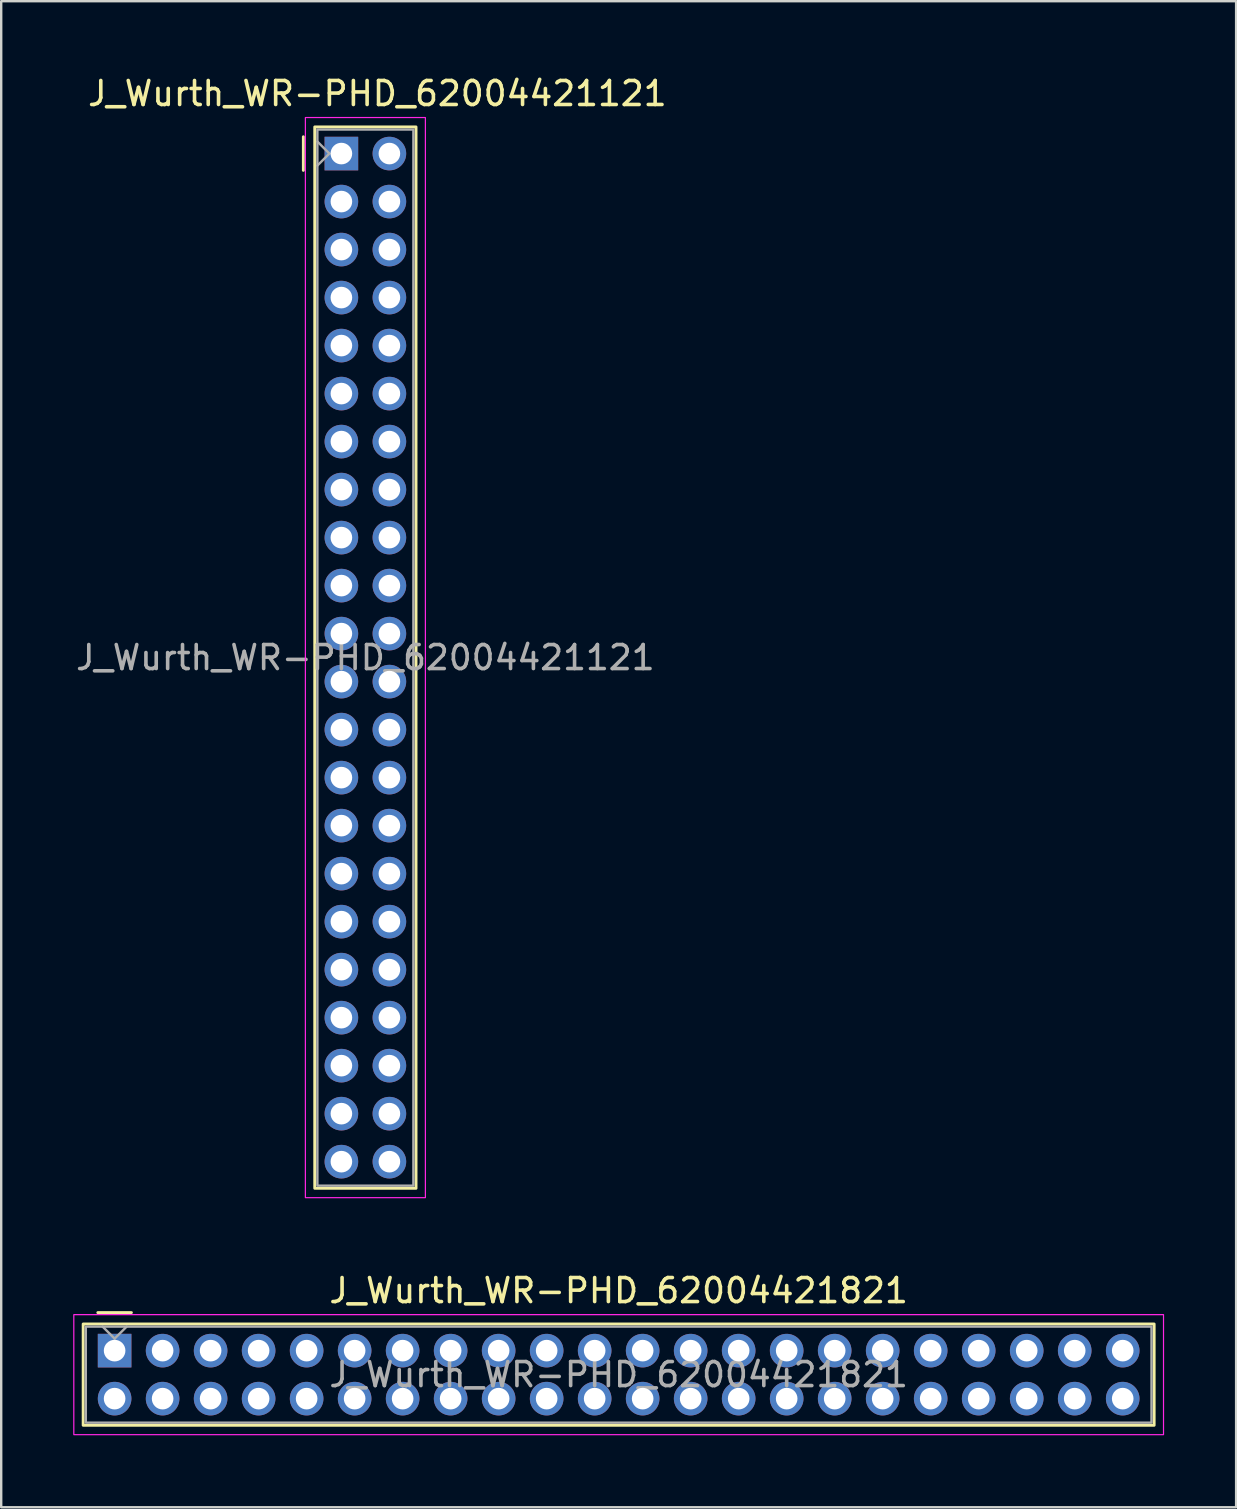
<source format=kicad_pcb>
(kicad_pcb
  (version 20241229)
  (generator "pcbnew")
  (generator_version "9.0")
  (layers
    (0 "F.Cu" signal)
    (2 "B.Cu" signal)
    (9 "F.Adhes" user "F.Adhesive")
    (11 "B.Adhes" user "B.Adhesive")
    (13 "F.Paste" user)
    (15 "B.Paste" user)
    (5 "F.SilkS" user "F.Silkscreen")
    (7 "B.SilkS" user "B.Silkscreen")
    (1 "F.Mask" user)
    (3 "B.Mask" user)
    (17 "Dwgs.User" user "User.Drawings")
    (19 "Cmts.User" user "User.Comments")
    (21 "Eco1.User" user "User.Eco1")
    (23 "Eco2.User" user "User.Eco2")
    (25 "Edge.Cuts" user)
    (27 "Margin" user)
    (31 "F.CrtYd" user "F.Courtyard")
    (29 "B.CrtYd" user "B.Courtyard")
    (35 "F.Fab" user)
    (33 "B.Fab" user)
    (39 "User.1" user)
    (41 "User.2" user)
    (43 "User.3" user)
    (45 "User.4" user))
  (footprint "J_Wurth_WR-PHD_62004421121"
    (layer "F.Cu")
    (at 11.173 3.348)
    (property "Reference" "J_Wurth_WR-PHD_62004421121" (at 1.5 -2.5 0) (unlocked yes) (layer "F.SilkS") (effects (font (size 1 1) (thickness 0.15))))
    (attr through_hole)
    (fp_line (start -1.585 -0.7) (end -1.585 0.7) (stroke (width 0.12) (type solid)) (layer "F.SilkS"))
    (fp_rect (start -1.11 -1.11) (end 3.11 43.11) (stroke (width 0.12) (type solid)) (fill no) (layer "F.SilkS"))
    (fp_rect (start -1.5 -1.5) (end 3.5 43.5) (stroke (width 0.05) (type solid)) (fill no) (layer "F.CrtYd"))
    (fp_line (start -1 -0.5) (end -0.5 0) (stroke (width 0.1) (type default)) (layer "F.Fab"))
    (fp_line (start -0.5 0) (end -1 0.5) (stroke (width 0.1) (type default)) (layer "F.Fab"))
    (fp_rect (start -1 -1) (end 3 43) (stroke (width 0.1) (type solid)) (fill no) (layer "F.Fab"))
    (fp_text user "${REFERENCE}" (at 1 21 0) (unlocked yes) (layer "F.Fab") (effects (font (size 1 1) (thickness 0.15))))
    (pad "1" thru_hole rect (at 0 0) (size 1.4 1.4) (drill 0.9) (layers "*.Cu" "*.Mask"))
    (pad "2" thru_hole circle (at 2 0) (size 1.4 1.4) (drill 0.9) (layers "*.Cu" "*.Mask"))
    (pad "3" thru_hole circle (at 0 2) (size 1.4 1.4) (drill 0.9) (layers "*.Cu" "*.Mask"))
    (pad "4" thru_hole circle (at 2 2) (size 1.4 1.4) (drill 0.9) (layers "*.Cu" "*.Mask"))
    (pad "5" thru_hole circle (at 0 4) (size 1.4 1.4) (drill 0.9) (layers "*.Cu" "*.Mask"))
    (pad "6" thru_hole circle (at 2 4) (size 1.4 1.4) (drill 0.9) (layers "*.Cu" "*.Mask"))
    (pad "7" thru_hole circle (at 0 6) (size 1.4 1.4) (drill 0.9) (layers "*.Cu" "*.Mask"))
    (pad "8" thru_hole circle (at 2 6) (size 1.4 1.4) (drill 0.9) (layers "*.Cu" "*.Mask"))
    (pad "9" thru_hole circle (at 0 8) (size 1.4 1.4) (drill 0.9) (layers "*.Cu" "*.Mask"))
    (pad "10" thru_hole circle (at 2 8) (size 1.4 1.4) (drill 0.9) (layers "*.Cu" "*.Mask"))
    (pad "11" thru_hole circle (at 0 10) (size 1.4 1.4) (drill 0.9) (layers "*.Cu" "*.Mask"))
    (pad "12" thru_hole circle (at 2 10) (size 1.4 1.4) (drill 0.9) (layers "*.Cu" "*.Mask"))
    (pad "13" thru_hole circle (at 0 12) (size 1.4 1.4) (drill 0.9) (layers "*.Cu" "*.Mask"))
    (pad "14" thru_hole circle (at 2 12) (size 1.4 1.4) (drill 0.9) (layers "*.Cu" "*.Mask"))
    (pad "15" thru_hole circle (at 0 14) (size 1.4 1.4) (drill 0.9) (layers "*.Cu" "*.Mask"))
    (pad "16" thru_hole circle (at 2 14) (size 1.4 1.4) (drill 0.9) (layers "*.Cu" "*.Mask"))
    (pad "17" thru_hole circle (at 0 16) (size 1.4 1.4) (drill 0.9) (layers "*.Cu" "*.Mask"))
    (pad "18" thru_hole circle (at 2 16) (size 1.4 1.4) (drill 0.9) (layers "*.Cu" "*.Mask"))
    (pad "19" thru_hole circle (at 0 18) (size 1.4 1.4) (drill 0.9) (layers "*.Cu" "*.Mask"))
    (pad "20" thru_hole circle (at 2 18) (size 1.4 1.4) (drill 0.9) (layers "*.Cu" "*.Mask"))
    (pad "21" thru_hole circle (at 0 20) (size 1.4 1.4) (drill 0.9) (layers "*.Cu" "*.Mask"))
    (pad "22" thru_hole circle (at 2 20) (size 1.4 1.4) (drill 0.9) (layers "*.Cu" "*.Mask"))
    (pad "23" thru_hole circle (at 0 22) (size 1.4 1.4) (drill 0.9) (layers "*.Cu" "*.Mask"))
    (pad "24" thru_hole circle (at 2 22) (size 1.4 1.4) (drill 0.9) (layers "*.Cu" "*.Mask"))
    (pad "25" thru_hole circle (at 0 24) (size 1.4 1.4) (drill 0.9) (layers "*.Cu" "*.Mask"))
    (pad "26" thru_hole circle (at 2 24) (size 1.4 1.4) (drill 0.9) (layers "*.Cu" "*.Mask"))
    (pad "27" thru_hole circle (at 0 26) (size 1.4 1.4) (drill 0.9) (layers "*.Cu" "*.Mask"))
    (pad "28" thru_hole circle (at 2 26) (size 1.4 1.4) (drill 0.9) (layers "*.Cu" "*.Mask"))
    (pad "29" thru_hole circle (at 0 28) (size 1.4 1.4) (drill 0.9) (layers "*.Cu" "*.Mask"))
    (pad "30" thru_hole circle (at 2 28) (size 1.4 1.4) (drill 0.9) (layers "*.Cu" "*.Mask"))
    (pad "31" thru_hole circle (at 0 30) (size 1.4 1.4) (drill 0.9) (layers "*.Cu" "*.Mask"))
    (pad "32" thru_hole circle (at 2 30) (size 1.4 1.4) (drill 0.9) (layers "*.Cu" "*.Mask"))
    (pad "33" thru_hole circle (at 0 32) (size 1.4 1.4) (drill 0.9) (layers "*.Cu" "*.Mask"))
    (pad "34" thru_hole circle (at 2 32) (size 1.4 1.4) (drill 0.9) (layers "*.Cu" "*.Mask"))
    (pad "35" thru_hole circle (at 0 34) (size 1.4 1.4) (drill 0.9) (layers "*.Cu" "*.Mask"))
    (pad "36" thru_hole circle (at 2 34) (size 1.4 1.4) (drill 0.9) (layers "*.Cu" "*.Mask"))
    (pad "37" thru_hole circle (at 0 36) (size 1.4 1.4) (drill 0.9) (layers "*.Cu" "*.Mask"))
    (pad "38" thru_hole circle (at 2 36) (size 1.4 1.4) (drill 0.9) (layers "*.Cu" "*.Mask"))
    (pad "39" thru_hole circle (at 0 38) (size 1.4 1.4) (drill 0.9) (layers "*.Cu" "*.Mask"))
    (pad "40" thru_hole circle (at 2 38) (size 1.4 1.4) (drill 0.9) (layers "*.Cu" "*.Mask"))
    (pad "41" thru_hole circle (at 0 40) (size 1.4 1.4) (drill 0.9) (layers "*.Cu" "*.Mask"))
    (pad "42" thru_hole circle (at 2 40) (size 1.4 1.4) (drill 0.9) (layers "*.Cu" "*.Mask"))
    (pad "43" thru_hole circle (at 0 42) (size 1.4 1.4) (drill 0.9) (layers "*.Cu" "*.Mask"))
    (pad "44" thru_hole circle (at 2 42) (size 1.4 1.4) (drill 0.9) (layers "*.Cu" "*.Mask")))
  (footprint "J_Wurth_WR-PHD_62004421821"
    (layer "F.Cu")
    (at 1.725 53.221)
    (property "Reference" "J_Wurth_WR-PHD_62004421821" (at 21 -2.5 0) (unlocked yes) (layer "F.SilkS") (effects (font (size 1 1) (thickness 0.15))))
    (attr through_hole)
    (fp_line (start 0.7 -1.585) (end -0.7 -1.585) (stroke (width 0.12) (type solid)) (layer "F.SilkS"))
    (fp_rect (start -1.31 -1.11) (end 43.31 3.11) (stroke (width 0.12) (type solid)) (fill no) (layer "F.SilkS"))
    (fp_rect (start -1.7 -1.5) (end 43.7 3.5) (stroke (width 0.05) (type solid)) (fill no) (layer "F.CrtYd"))
    (fp_line (start 0 -0.5) (end -0.5 -1) (stroke (width 0.1) (type default)) (layer "F.Fab"))
    (fp_line (start 0.5 -1) (end 0 -0.5) (stroke (width 0.1) (type default)) (layer "F.Fab"))
    (fp_rect (start -1.2 -1) (end 43.2 3) (stroke (width 0.1) (type solid)) (fill no) (layer "F.Fab"))
    (fp_text user "${REFERENCE}" (at 21 1 0) (unlocked yes) (layer "F.Fab") (effects (font (size 1 1) (thickness 0.15))))
    (pad "1" thru_hole rect (at 0 0 180) (size 1.4 1.4) (drill 0.9) (layers "*.Cu" "*.Mask"))
    (pad "2" thru_hole circle (at 0 2 180) (size 1.4 1.4) (drill 0.9) (layers "*.Cu" "*.Mask"))
    (pad "3" thru_hole circle (at 2 0 180) (size 1.4 1.4) (drill 0.9) (layers "*.Cu" "*.Mask"))
    (pad "4" thru_hole circle (at 2 2 180) (size 1.4 1.4) (drill 0.9) (layers "*.Cu" "*.Mask"))
    (pad "5" thru_hole circle (at 4 0 180) (size 1.4 1.4) (drill 0.9) (layers "*.Cu" "*.Mask"))
    (pad "6" thru_hole circle (at 4 2 180) (size 1.4 1.4) (drill 0.9) (layers "*.Cu" "*.Mask"))
    (pad "7" thru_hole circle (at 6 0 180) (size 1.4 1.4) (drill 0.9) (layers "*.Cu" "*.Mask"))
    (pad "8" thru_hole circle (at 6 2 180) (size 1.4 1.4) (drill 0.9) (layers "*.Cu" "*.Mask"))
    (pad "9" thru_hole circle (at 8 0 180) (size 1.4 1.4) (drill 0.9) (layers "*.Cu" "*.Mask"))
    (pad "10" thru_hole circle (at 8 2 180) (size 1.4 1.4) (drill 0.9) (layers "*.Cu" "*.Mask"))
    (pad "11" thru_hole circle (at 10 0 180) (size 1.4 1.4) (drill 0.9) (layers "*.Cu" "*.Mask"))
    (pad "12" thru_hole circle (at 10 2 180) (size 1.4 1.4) (drill 0.9) (layers "*.Cu" "*.Mask"))
    (pad "13" thru_hole circle (at 12 0 180) (size 1.4 1.4) (drill 0.9) (layers "*.Cu" "*.Mask"))
    (pad "14" thru_hole circle (at 12 2 180) (size 1.4 1.4) (drill 0.9) (layers "*.Cu" "*.Mask"))
    (pad "15" thru_hole circle (at 14 0 180) (size 1.4 1.4) (drill 0.9) (layers "*.Cu" "*.Mask"))
    (pad "16" thru_hole circle (at 14 2 180) (size 1.4 1.4) (drill 0.9) (layers "*.Cu" "*.Mask"))
    (pad "17" thru_hole circle (at 16 0 180) (size 1.4 1.4) (drill 0.9) (layers "*.Cu" "*.Mask"))
    (pad "18" thru_hole circle (at 16 2 180) (size 1.4 1.4) (drill 0.9) (layers "*.Cu" "*.Mask"))
    (pad "19" thru_hole circle (at 18 0 180) (size 1.4 1.4) (drill 0.9) (layers "*.Cu" "*.Mask"))
    (pad "20" thru_hole circle (at 18 2 180) (size 1.4 1.4) (drill 0.9) (layers "*.Cu" "*.Mask"))
    (pad "21" thru_hole circle (at 20 0 180) (size 1.4 1.4) (drill 0.9) (layers "*.Cu" "*.Mask"))
    (pad "22" thru_hole circle (at 20 2 180) (size 1.4 1.4) (drill 0.9) (layers "*.Cu" "*.Mask"))
    (pad "23" thru_hole circle (at 22 0 180) (size 1.4 1.4) (drill 0.9) (layers "*.Cu" "*.Mask"))
    (pad "24" thru_hole circle (at 22 2 180) (size 1.4 1.4) (drill 0.9) (layers "*.Cu" "*.Mask"))
    (pad "25" thru_hole circle (at 24 0 180) (size 1.4 1.4) (drill 0.9) (layers "*.Cu" "*.Mask"))
    (pad "26" thru_hole circle (at 24 2 180) (size 1.4 1.4) (drill 0.9) (layers "*.Cu" "*.Mask"))
    (pad "27" thru_hole circle (at 26 0 180) (size 1.4 1.4) (drill 0.9) (layers "*.Cu" "*.Mask"))
    (pad "28" thru_hole circle (at 26 2 180) (size 1.4 1.4) (drill 0.9) (layers "*.Cu" "*.Mask"))
    (pad "29" thru_hole circle (at 28 0 180) (size 1.4 1.4) (drill 0.9) (layers "*.Cu" "*.Mask"))
    (pad "30" thru_hole circle (at 28 2 180) (size 1.4 1.4) (drill 0.9) (layers "*.Cu" "*.Mask"))
    (pad "31" thru_hole circle (at 30 0 180) (size 1.4 1.4) (drill 0.9) (layers "*.Cu" "*.Mask"))
    (pad "32" thru_hole circle (at 30 2 180) (size 1.4 1.4) (drill 0.9) (layers "*.Cu" "*.Mask"))
    (pad "33" thru_hole circle (at 32 0 180) (size 1.4 1.4) (drill 0.9) (layers "*.Cu" "*.Mask"))
    (pad "34" thru_hole circle (at 32 2 180) (size 1.4 1.4) (drill 0.9) (layers "*.Cu" "*.Mask"))
    (pad "35" thru_hole circle (at 34 0 180) (size 1.4 1.4) (drill 0.9) (layers "*.Cu" "*.Mask"))
    (pad "36" thru_hole circle (at 34 2 180) (size 1.4 1.4) (drill 0.9) (layers "*.Cu" "*.Mask"))
    (pad "37" thru_hole circle (at 36 0 180) (size 1.4 1.4) (drill 0.9) (layers "*.Cu" "*.Mask"))
    (pad "38" thru_hole circle (at 36 2 180) (size 1.4 1.4) (drill 0.9) (layers "*.Cu" "*.Mask"))
    (pad "39" thru_hole circle (at 38 0 180) (size 1.4 1.4) (drill 0.9) (layers "*.Cu" "*.Mask"))
    (pad "40" thru_hole circle (at 38 2 180) (size 1.4 1.4) (drill 0.9) (layers "*.Cu" "*.Mask"))
    (pad "40" thru_hole circle (at 42 2 180) (size 1.4 1.4) (drill 0.9) (layers "*.Cu" "*.Mask"))
    (pad "41" thru_hole circle (at 40 0 180) (size 1.4 1.4) (drill 0.9) (layers "*.Cu" "*.Mask"))
    (pad "42" thru_hole circle (at 40 2 180) (size 1.4 1.4) (drill 0.9) (layers "*.Cu" "*.Mask"))
    (pad "43" thru_hole circle (at 42 0 180) (size 1.4 1.4) (drill 0.9) (layers "*.Cu" "*.Mask")))
  (gr_rect
    (start -3 -3)
    (end 48.45 59.746)
    (stroke (width 0.1) (type default))
    (fill no)
    (layer "Edge.Cuts")))
</source>
